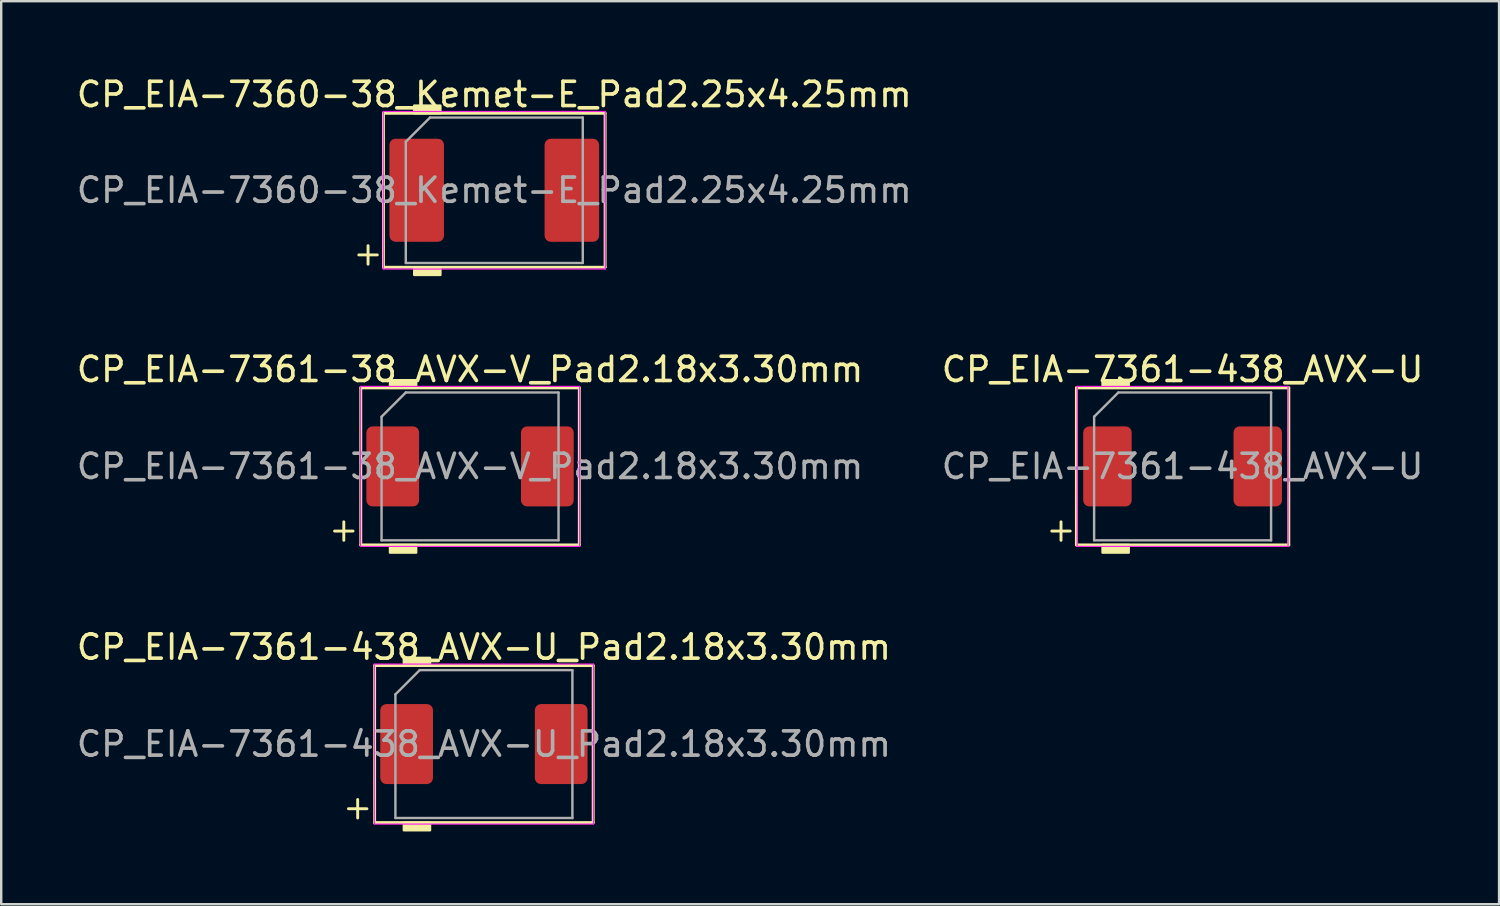
<source format=kicad_pcb>
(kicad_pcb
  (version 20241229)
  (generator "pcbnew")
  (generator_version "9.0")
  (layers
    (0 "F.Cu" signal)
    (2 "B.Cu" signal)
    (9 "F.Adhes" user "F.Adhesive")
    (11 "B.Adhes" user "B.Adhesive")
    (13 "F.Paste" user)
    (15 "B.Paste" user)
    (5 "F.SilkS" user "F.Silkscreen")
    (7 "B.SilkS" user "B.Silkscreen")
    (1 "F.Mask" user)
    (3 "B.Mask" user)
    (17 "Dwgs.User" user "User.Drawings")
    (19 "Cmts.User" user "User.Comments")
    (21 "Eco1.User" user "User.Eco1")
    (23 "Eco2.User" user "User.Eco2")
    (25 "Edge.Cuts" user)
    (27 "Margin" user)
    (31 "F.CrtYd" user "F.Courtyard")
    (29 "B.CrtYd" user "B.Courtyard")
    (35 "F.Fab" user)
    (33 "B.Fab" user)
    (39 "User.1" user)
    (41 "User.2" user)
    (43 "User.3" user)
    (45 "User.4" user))
  (footprint "CP_EIA-7361-438_AVX-U"
    (layer "F.Cu")
    (at 45.732 16.189)
    (property "Reference" "CP_EIA-7361-438_AVX-U" (at 0 -4 0) (layer "F.SilkS") (effects (font (size 1 1) (thickness 0.15))))
    (attr smd)
    (fp_line (start -5.397 2.667) (end -4.636 2.667) (stroke (width 0.12) (type solid)) (layer "F.SilkS"))
    (fp_line (start -5.016 2.286) (end -5.016 3.048) (stroke (width 0.12) (type solid)) (layer "F.SilkS"))
    (fp_line (start -4.381 -3.239) (end -4.381 1.27) (stroke (width 0.12) (type solid)) (layer "F.SilkS"))
    (fp_line (start -4.381 1.27) (end -4.381 3.239) (stroke (width 0.12) (type solid)) (layer "F.SilkS"))
    (fp_line (start -4.381 3.239) (end 4.381 3.239) (stroke (width 0.12) (type solid)) (layer "F.SilkS"))
    (fp_line (start 4.381 -3.239) (end -4.381 -3.239) (stroke (width 0.12) (type solid)) (layer "F.SilkS"))
    (fp_line (start 4.381 3.239) (end 4.381 -3.239) (stroke (width 0.12) (type solid)) (layer "F.SilkS"))
    (fp_poly (pts (xy -2.223 -3.239) (xy -3.302 -3.239) (xy -3.302 -3.556) (xy -2.223 -3.556)) (stroke (width 0.1) (type solid)) (fill yes) (layer "F.SilkS"))
    (fp_poly (pts (xy -2.223 3.556) (xy -3.302 3.556) (xy -3.302 3.239) (xy -2.223 3.239)) (stroke (width 0.1) (type solid)) (fill yes) (layer "F.SilkS"))
    (fp_line (start -4.35 -3.3) (end 4.35 -3.3) (stroke (width 0.05) (type solid)) (layer "F.CrtYd"))
    (fp_line (start -4.35 3.3) (end -4.35 -3.3) (stroke (width 0.05) (type solid)) (layer "F.CrtYd"))
    (fp_line (start 4.35 -3.3) (end 4.35 3.3) (stroke (width 0.05) (type solid)) (layer "F.CrtYd"))
    (fp_line (start 4.35 3.3) (end -4.35 3.3) (stroke (width 0.05) (type solid)) (layer "F.CrtYd"))
    (fp_line (start -3.65 -2.05) (end -3.65 3.05) (stroke (width 0.1) (type solid)) (layer "F.Fab"))
    (fp_line (start -3.65 3.05) (end 3.65 3.05) (stroke (width 0.1) (type solid)) (layer "F.Fab"))
    (fp_line (start -2.65 -3.05) (end -3.65 -2.05) (stroke (width 0.1) (type solid)) (layer "F.Fab"))
    (fp_line (start 3.65 -3.05) (end -2.65 -3.05) (stroke (width 0.1) (type solid)) (layer "F.Fab"))
    (fp_line (start 3.65 3.05) (end 3.65 -3.05) (stroke (width 0.1) (type solid)) (layer "F.Fab"))
    (fp_text user "${REFERENCE}" (at 0 0 0) (layer "F.Fab") (effects (font (size 1 1) (thickness 0.15))))
    (pad "1" smd roundrect (at -3.1 0) (size 2 3.3) (layers "F.Cu" "F.Mask" "F.Paste") (roundrect_rratio 0.125))
    (pad "2" smd roundrect (at 3.1 0) (size 2 3.3) (layers "F.Cu" "F.Mask" "F.Paste") (roundrect_rratio 0.125)))
  (footprint "CP_EIA-7361-38_AVX-V_Pad2.18x3.30mm"
    (layer "F.Cu")
    (at 16.339 16.189)
    (property "Reference" "CP_EIA-7361-38_AVX-V_Pad2.18x3.30mm" (at 0 -4 0) (layer "F.SilkS") (effects (font (size 1 1) (thickness 0.15))))
    (attr smd)
    (fp_line (start -5.588 2.667) (end -4.826 2.667) (stroke (width 0.12) (type solid)) (layer "F.SilkS"))
    (fp_line (start -5.207 2.286) (end -5.207 3.048) (stroke (width 0.12) (type solid)) (layer "F.SilkS"))
    (fp_line (start -4.508 -3.239) (end -4.508 3.239) (stroke (width 0.12) (type solid)) (layer "F.SilkS"))
    (fp_line (start -4.508 3.239) (end 4.508 3.239) (stroke (width 0.12) (type solid)) (layer "F.SilkS"))
    (fp_line (start 4.508 -3.239) (end -4.508 -3.239) (stroke (width 0.12) (type solid)) (layer "F.SilkS"))
    (fp_line (start 4.508 3.239) (end 4.508 -3.239) (stroke (width 0.12) (type solid)) (layer "F.SilkS"))
    (fp_poly (pts (xy -2.223 -3.239) (xy -3.302 -3.239) (xy -3.302 -3.556) (xy -2.223 -3.556)) (stroke (width 0.1) (type solid)) (fill yes) (layer "F.SilkS"))
    (fp_poly (pts (xy -2.223 3.556) (xy -3.302 3.556) (xy -3.302 3.239) (xy -2.223 3.239)) (stroke (width 0.1) (type solid)) (fill yes) (layer "F.SilkS"))
    (fp_line (start -4.52 -3.3) (end 4.52 -3.3) (stroke (width 0.05) (type solid)) (layer "F.CrtYd"))
    (fp_line (start -4.52 3.3) (end -4.52 -3.3) (stroke (width 0.05) (type solid)) (layer "F.CrtYd"))
    (fp_line (start 4.52 -3.3) (end 4.52 3.3) (stroke (width 0.05) (type solid)) (layer "F.CrtYd"))
    (fp_line (start 4.52 3.3) (end -4.52 3.3) (stroke (width 0.05) (type solid)) (layer "F.CrtYd"))
    (fp_line (start -3.65 -2.05) (end -3.65 3.05) (stroke (width 0.1) (type solid)) (layer "F.Fab"))
    (fp_line (start -3.65 3.05) (end 3.65 3.05) (stroke (width 0.1) (type solid)) (layer "F.Fab"))
    (fp_line (start -2.65 -3.05) (end -3.65 -2.05) (stroke (width 0.1) (type solid)) (layer "F.Fab"))
    (fp_line (start 3.65 -3.05) (end -2.65 -3.05) (stroke (width 0.1) (type solid)) (layer "F.Fab"))
    (fp_line (start 3.65 3.05) (end 3.65 -3.05) (stroke (width 0.1) (type solid)) (layer "F.Fab"))
    (fp_text user "${REFERENCE}" (at 0 0 0) (layer "F.Fab") (effects (font (size 1 1) (thickness 0.15))))
    (pad "1" smd roundrect (at -3.188 0) (size 2.175 3.3) (layers "F.Cu" "F.Mask" "F.Paste") (roundrect_rratio 0.115))
    (pad "2" smd roundrect (at 3.188 0) (size 2.175 3.3) (layers "F.Cu" "F.Mask" "F.Paste") (roundrect_rratio 0.115)))
  (footprint "CP_EIA-7361-438_AVX-U_Pad2.18x3.30mm"
    (layer "F.Cu")
    (at 16.911 27.643)
    (property "Reference" "CP_EIA-7361-438_AVX-U_Pad2.18x3.30mm" (at 0 -4 0) (layer "F.SilkS") (effects (font (size 1 1) (thickness 0.15))))
    (attr smd)
    (fp_line (start -5.588 2.667) (end -4.826 2.667) (stroke (width 0.12) (type solid)) (layer "F.SilkS"))
    (fp_line (start -5.207 2.286) (end -5.207 3.048) (stroke (width 0.12) (type solid)) (layer "F.SilkS"))
    (fp_line (start -4.508 -3.239) (end -4.508 3.239) (stroke (width 0.12) (type solid)) (layer "F.SilkS"))
    (fp_line (start -4.508 3.239) (end 4.508 3.239) (stroke (width 0.12) (type solid)) (layer "F.SilkS"))
    (fp_line (start 4.508 -3.239) (end -4.508 -3.239) (stroke (width 0.12) (type solid)) (layer "F.SilkS"))
    (fp_line (start 4.508 3.239) (end 4.508 -3.239) (stroke (width 0.12) (type solid)) (layer "F.SilkS"))
    (fp_poly (pts (xy -2.223 -3.239) (xy -3.302 -3.239) (xy -3.302 -3.556) (xy -2.223 -3.556)) (stroke (width 0.1) (type solid)) (fill yes) (layer "F.SilkS"))
    (fp_poly (pts (xy -2.223 3.556) (xy -3.302 3.556) (xy -3.302 3.239) (xy -2.223 3.239)) (stroke (width 0.1) (type solid)) (fill yes) (layer "F.SilkS"))
    (fp_line (start -4.52 -3.3) (end 4.52 -3.3) (stroke (width 0.05) (type solid)) (layer "F.CrtYd"))
    (fp_line (start -4.52 3.3) (end -4.52 -3.3) (stroke (width 0.05) (type solid)) (layer "F.CrtYd"))
    (fp_line (start 4.52 -3.3) (end 4.52 3.3) (stroke (width 0.05) (type solid)) (layer "F.CrtYd"))
    (fp_line (start 4.52 3.3) (end -4.52 3.3) (stroke (width 0.05) (type solid)) (layer "F.CrtYd"))
    (fp_line (start -3.65 -2.05) (end -3.65 3.05) (stroke (width 0.1) (type solid)) (layer "F.Fab"))
    (fp_line (start -3.65 3.05) (end 3.65 3.05) (stroke (width 0.1) (type solid)) (layer "F.Fab"))
    (fp_line (start -2.65 -3.05) (end -3.65 -2.05) (stroke (width 0.1) (type solid)) (layer "F.Fab"))
    (fp_line (start 3.65 -3.05) (end -2.65 -3.05) (stroke (width 0.1) (type solid)) (layer "F.Fab"))
    (fp_line (start 3.65 3.05) (end 3.65 -3.05) (stroke (width 0.1) (type solid)) (layer "F.Fab"))
    (fp_text user "${REFERENCE}" (at 0 0 0) (layer "F.Fab") (effects (font (size 1 1) (thickness 0.15))))
    (pad "1" smd roundrect (at -3.188 0) (size 2.175 3.3) (layers "F.Cu" "F.Mask" "F.Paste") (roundrect_rratio 0.115))
    (pad "2" smd roundrect (at 3.188 0) (size 2.175 3.3) (layers "F.Cu" "F.Mask" "F.Paste") (roundrect_rratio 0.115)))
  (footprint "CP_EIA-7360-38_Kemet-E_Pad2.25x4.25mm"
    (layer "F.Cu")
    (at 17.339 4.798)
    (property "Reference" "CP_EIA-7360-38_Kemet-E_Pad2.25x4.25mm" (at 0 -3.95 0) (layer "F.SilkS") (effects (font (size 1 1) (thickness 0.15))))
    (attr smd)
    (fp_line (start -5.588 2.667) (end -4.826 2.667) (stroke (width 0.12) (type solid)) (layer "F.SilkS"))
    (fp_line (start -5.207 2.286) (end -5.207 3.048) (stroke (width 0.12) (type solid)) (layer "F.SilkS"))
    (fp_line (start -4.572 -3.175) (end -4.572 3.175) (stroke (width 0.12) (type solid)) (layer "F.SilkS"))
    (fp_line (start -4.572 3.175) (end 4.572 3.175) (stroke (width 0.12) (type solid)) (layer "F.SilkS"))
    (fp_line (start 4.572 -3.175) (end -4.572 -3.175) (stroke (width 0.12) (type solid)) (layer "F.SilkS"))
    (fp_line (start 4.572 3.175) (end 4.572 -3.175) (stroke (width 0.12) (type solid)) (layer "F.SilkS"))
    (fp_poly (pts (xy -2.223 -3.175) (xy -3.302 -3.175) (xy -3.302 -3.493) (xy -2.223 -3.493)) (stroke (width 0.1) (type solid)) (fill yes) (layer "F.SilkS"))
    (fp_poly (pts (xy -2.223 3.493) (xy -3.302 3.493) (xy -3.302 3.175) (xy -2.223 3.175)) (stroke (width 0.1) (type solid)) (fill yes) (layer "F.SilkS"))
    (fp_line (start -4.58 -3.25) (end 4.58 -3.25) (stroke (width 0.05) (type solid)) (layer "F.CrtYd"))
    (fp_line (start -4.58 3.25) (end -4.58 -3.25) (stroke (width 0.05) (type solid)) (layer "F.CrtYd"))
    (fp_line (start 4.58 -3.25) (end 4.58 3.25) (stroke (width 0.05) (type solid)) (layer "F.CrtYd"))
    (fp_line (start 4.58 3.25) (end -4.58 3.25) (stroke (width 0.05) (type solid)) (layer "F.CrtYd"))
    (fp_line (start -3.65 -2) (end -3.65 3) (stroke (width 0.1) (type solid)) (layer "F.Fab"))
    (fp_line (start -3.65 3) (end 3.65 3) (stroke (width 0.1) (type solid)) (layer "F.Fab"))
    (fp_line (start -2.65 -3) (end -3.65 -2) (stroke (width 0.1) (type solid)) (layer "F.Fab"))
    (fp_line (start 3.65 -3) (end -2.65 -3) (stroke (width 0.1) (type solid)) (layer "F.Fab"))
    (fp_line (start 3.65 3) (end 3.65 -3) (stroke (width 0.1) (type solid)) (layer "F.Fab"))
    (fp_text user "${REFERENCE}" (at 0 0 0) (layer "F.Fab") (effects (font (size 1 1) (thickness 0.15))))
    (pad "1" smd roundrect (at -3.2 0) (size 2.25 4.25) (layers "F.Cu" "F.Mask" "F.Paste") (roundrect_rratio 0.111))
    (pad "2" smd roundrect (at 3.2 0) (size 2.25 4.25) (layers "F.Cu" "F.Mask" "F.Paste") (roundrect_rratio 0.111)))
  (gr_rect
    (start -3 -3)
    (end 58.786 34.249)
    (stroke (width 0.1) (type default))
    (fill no)
    (layer "Edge.Cuts")))
</source>
